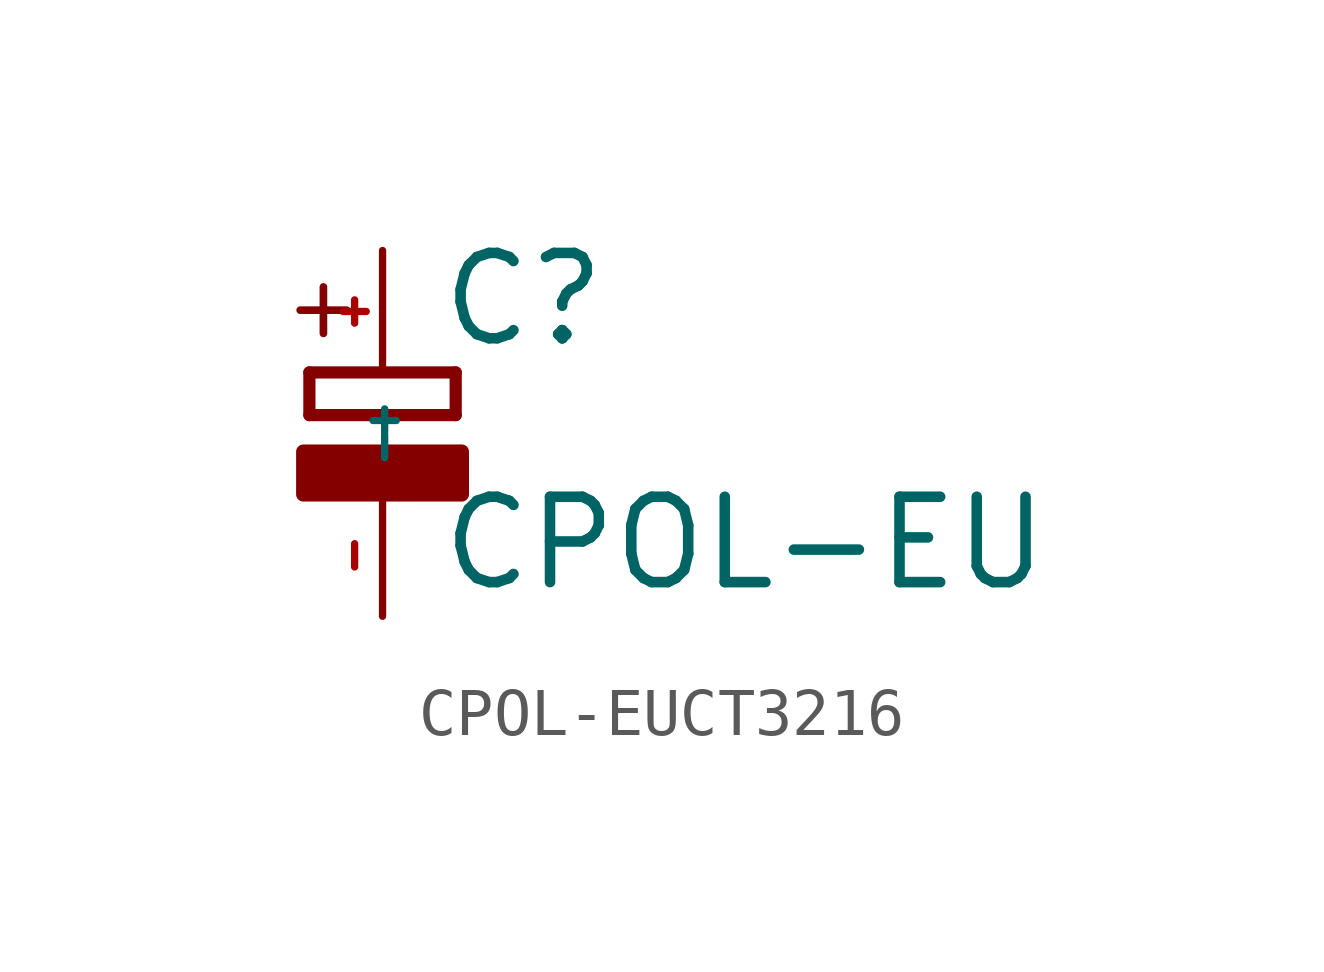
<source format=kicad_sym>
(kicad_symbol_lib
  (version 20220914)
  (generator Eagle2Kicad)
  (symbol "CPOL-EUCT3216"
    (property "Reference" "C"
      (at 1.143 0.483 0)
      (effects (font (size 1.778 1.778) (thickness 0.22)) (justify left bottom)))
    (property "Value" "CPOL-EU"
      (at 1.143 -4.597 0)
      (effects (font (size 1.778 1.778) (thickness 0.22)) (justify left bottom)))
    (polyline
      (pts (xy -1.524 -0.889) (xy 1.524 -0.889))
      (stroke (width 0.254) (type default))
      (fill (type none)))
    (polyline
      (pts (xy 1.524 -0.889) (xy 1.524 0))
      (stroke (width 0.254) (type default))
      (fill (type none)))
    (polyline
      (pts (xy -1.524 0) (xy -1.524 -0.889))
      (stroke (width 0.254) (type default))
      (fill (type none)))
    (polyline
      (pts (xy -1.524 0) (xy 1.524 0))
      (stroke (width 0.254) (type default))
      (fill (type none)))
    (text "+"
      (at -0.584 0.406 900)
      (effects (font (size 1.27 1.27) (thickness 0.16)) (justify left bottom)))
    (rectangle
      (start -1.651 -2.54)
      (end 1.651 -1.651)
      (stroke (width 0.3) (type default))
      (fill (type outline)))
    (pin passive line
      (at 0 -5.08 90)
      (length 2.54)
      (name "-" (effects (font (size 0.635 0.635) (thickness 0.08)) (justify left bottom)))
      (number "-" (effects (font (size 0.635 0.635) (thickness 0.08)) (justify left bottom))))
    (pin passive line
      (at 0 2.54 270)
      (length 2.54)
      (name "+" (effects (font (size 0.635 0.635) (thickness 0.08)) (justify left bottom)))
      (number "+" (effects (font (size 0.635 0.635) (thickness 0.08)) (justify left bottom))))))
</source>
